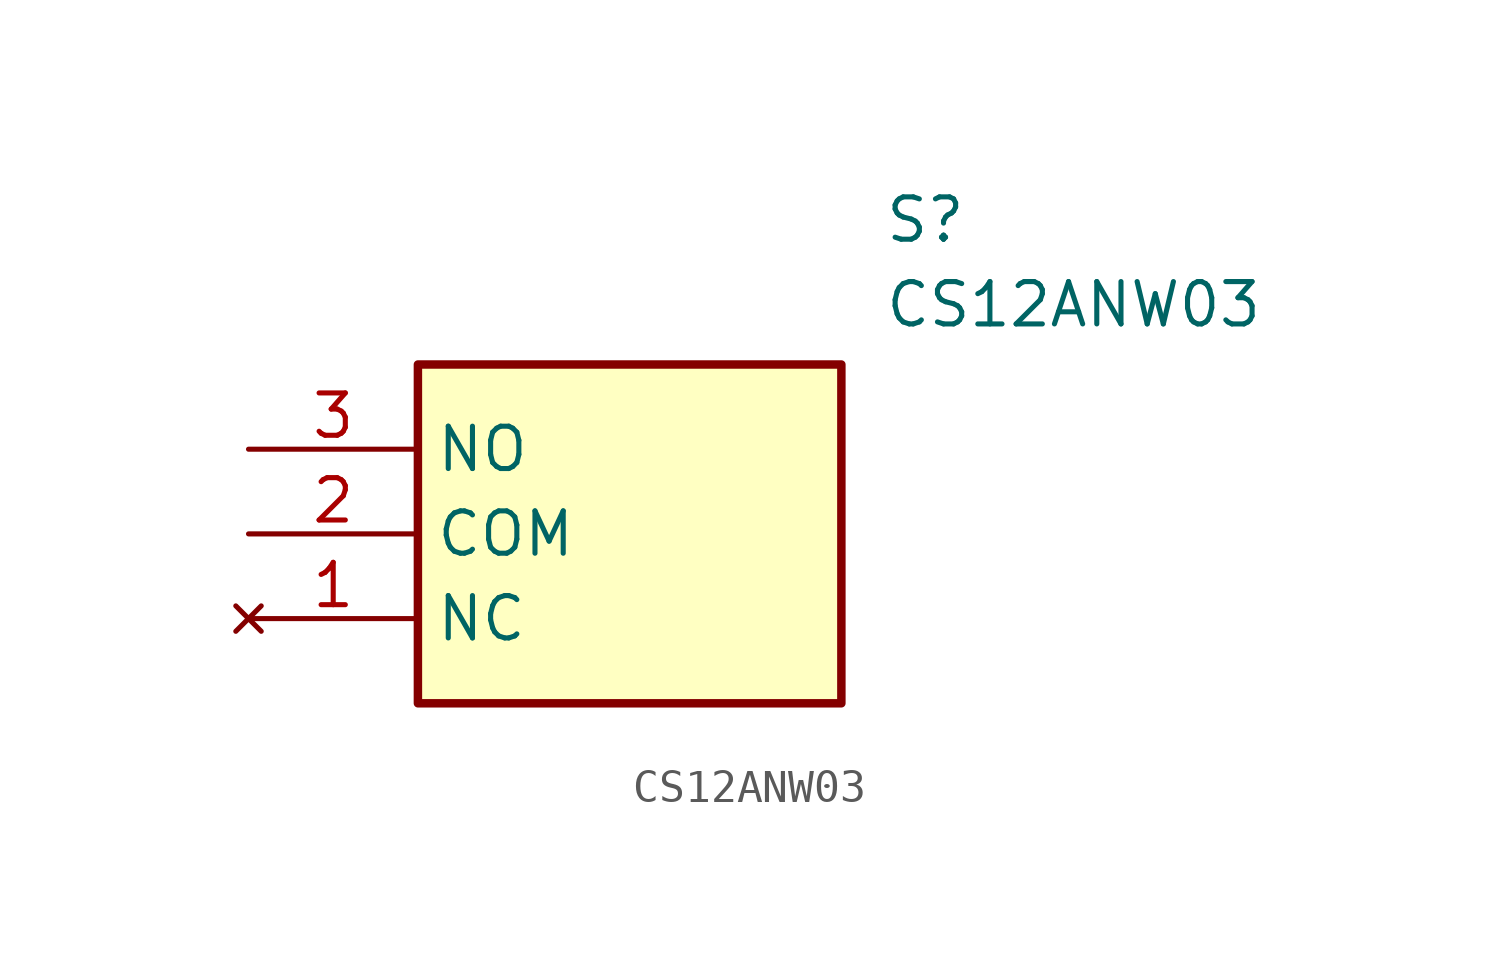
<source format=kicad_sym>
(kicad_symbol_lib
  (version 20211014)
  (generator SamacSys_ECAD_Model)
  (symbol "CS12ANW03"
    (property "Reference" "S"
      (at 19.05 7.62 0)
      (effects (font (size 1.27 1.27)) (justify left top)))
    (property "Value" "CS12ANW03"
      (at 19.05 5.08 0)
      (effects (font (size 1.27 1.27)) (justify left top)))
    (rectangle
      (start 5.08 2.54)
      (end 17.78 -7.62)
      (stroke (width 0.254) (type default))
      (fill (type background)))
    (pin no_connect line
      (at 0 -5.08 0)
      (length 5.08)
      (name "NC" (effects (font (size 1.27 1.27))))
      (number "1" (effects (font (size 1.27 1.27)))))
    (pin passive line
      (at 0 -2.54 0)
      (length 5.08)
      (name "COM" (effects (font (size 1.27 1.27))))
      (number "2" (effects (font (size 1.27 1.27)))))
    (pin passive line
      (at 0 0 0)
      (length 5.08)
      (name "NO" (effects (font (size 1.27 1.27))))
      (number "3" (effects (font (size 1.27 1.27)))))))
</source>
